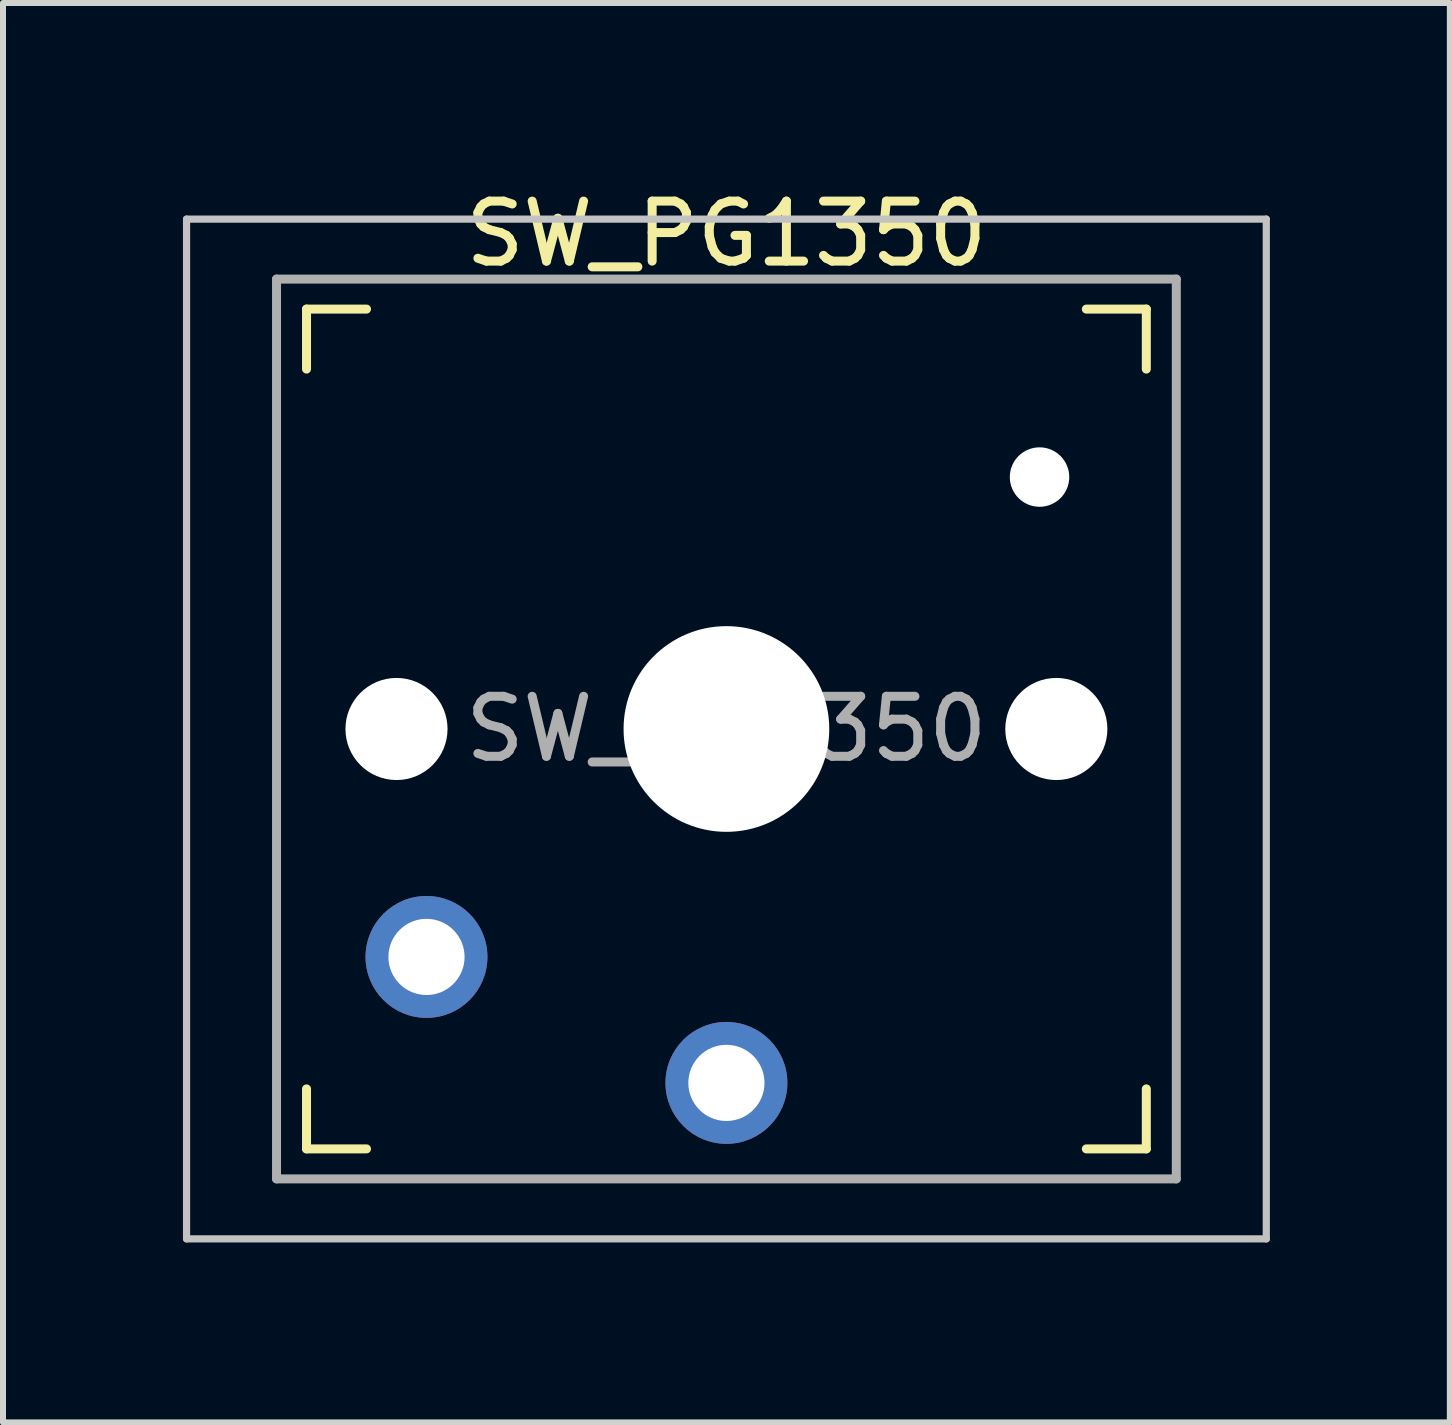
<source format=kicad_pcb>
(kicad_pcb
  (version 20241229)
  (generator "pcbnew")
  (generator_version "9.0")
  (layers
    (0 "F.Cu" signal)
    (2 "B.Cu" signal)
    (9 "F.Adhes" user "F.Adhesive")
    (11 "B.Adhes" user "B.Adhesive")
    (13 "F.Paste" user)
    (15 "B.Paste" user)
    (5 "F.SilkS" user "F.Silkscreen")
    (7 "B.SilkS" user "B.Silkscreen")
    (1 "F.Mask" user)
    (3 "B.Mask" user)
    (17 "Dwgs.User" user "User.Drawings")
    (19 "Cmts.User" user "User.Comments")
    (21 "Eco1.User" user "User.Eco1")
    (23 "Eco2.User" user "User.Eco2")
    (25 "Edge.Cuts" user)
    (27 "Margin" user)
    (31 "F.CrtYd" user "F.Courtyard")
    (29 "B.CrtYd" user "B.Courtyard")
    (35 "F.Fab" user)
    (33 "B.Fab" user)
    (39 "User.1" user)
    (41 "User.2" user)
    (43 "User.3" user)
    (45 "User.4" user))
  (footprint "SW_PG1350"
    (layer "F.Cu")
    (at 9.06 9.103)
    (property "Reference" "SW_PG1350" (at 0 -8.255 0) (layer "F.SilkS") (effects (font (size 1 1) (thickness 0.15))))
    (attr through_hole)
    (fp_line (start -7 -6) (end -7 -7) (stroke (width 0.15) (type solid)) (layer "F.SilkS"))
    (fp_line (start -7 7) (end -7 6) (stroke (width 0.15) (type solid)) (layer "F.SilkS"))
    (fp_line (start -7 7) (end -6 7) (stroke (width 0.15) (type solid)) (layer "F.SilkS"))
    (fp_line (start -6 -7) (end -7 -7) (stroke (width 0.15) (type solid)) (layer "F.SilkS"))
    (fp_line (start 6 7) (end 7 7) (stroke (width 0.15) (type solid)) (layer "F.SilkS"))
    (fp_line (start 7 -7) (end 6 -7) (stroke (width 0.15) (type solid)) (layer "F.SilkS"))
    (fp_line (start 7 -7) (end 7 -6) (stroke (width 0.15) (type solid)) (layer "F.SilkS"))
    (fp_line (start 7 6) (end 7 7) (stroke (width 0.15) (type solid)) (layer "F.SilkS"))
    (fp_line (start -9 -8.5) (end 9 -8.5) (stroke (width 0.12) (type solid)) (layer "Dwgs.User"))
    (fp_line (start -9 8.5) (end -9 -8.5) (stroke (width 0.12) (type solid)) (layer "Dwgs.User"))
    (fp_line (start -9 8.5) (end 9 8.5) (stroke (width 0.12) (type solid)) (layer "Dwgs.User"))
    (fp_line (start 9 8.5) (end 9 -8.5) (stroke (width 0.12) (type solid)) (layer "Dwgs.User"))
    (fp_line (start -6.9 6.9) (end -6.9 -6.9) (stroke (width 0.15) (type solid)) (layer "Eco2.User"))
    (fp_line (start -6.9 6.9) (end 6.9 6.9) (stroke (width 0.15) (type solid)) (layer "Eco2.User"))
    (fp_line (start -2.6 -3.1) (end -2.6 -6.3) (stroke (width 0.15) (type solid)) (layer "Eco2.User"))
    (fp_line (start -2.6 -3.1) (end 2.6 -3.1) (stroke (width 0.15) (type solid)) (layer "Eco2.User"))
    (fp_line (start 2.6 -6.3) (end -2.6 -6.3) (stroke (width 0.15) (type solid)) (layer "Eco2.User"))
    (fp_line (start 2.6 -3.1) (end 2.6 -6.3) (stroke (width 0.15) (type solid)) (layer "Eco2.User"))
    (fp_line (start 6.9 -6.9) (end -6.9 -6.9) (stroke (width 0.15) (type solid)) (layer "Eco2.User"))
    (fp_line (start 6.9 -6.9) (end 6.9 6.9) (stroke (width 0.15) (type solid)) (layer "Eco2.User"))
    (fp_line (start -7.5 -7.5) (end 7.5 -7.5) (stroke (width 0.15) (type solid)) (layer "F.Fab"))
    (fp_line (start -7.5 7.5) (end -7.5 -7.5) (stroke (width 0.15) (type solid)) (layer "F.Fab"))
    (fp_line (start 7.5 -7.5) (end 7.5 7.5) (stroke (width 0.15) (type solid)) (layer "F.Fab"))
    (fp_line (start 7.5 7.5) (end -7.5 7.5) (stroke (width 0.15) (type solid)) (layer "F.Fab"))
    (fp_text user "${REFERENCE}" (at 0 0 0) (layer "F.Fab") (effects (font (size 1 1) (thickness 0.15))))
    (pad "" np_thru_hole circle (at -5.5 0) (size 1.702 1.702) (drill 1.702) (layers "*.Cu" "*.Mask"))
    (pad "" np_thru_hole circle (at 0 0) (size 3.429 3.429) (drill 3.429) (layers "*.Cu" "*.Mask"))
    (pad "" np_thru_hole circle (at 5.22 -4.2) (size 0.991 0.991) (drill 0.991) (layers "*.Cu" "*.Mask"))
    (pad "" np_thru_hole circle (at 5.5 0) (size 1.702 1.702) (drill 1.702) (layers "*.Cu" "*.Mask"))
    (pad "1" thru_hole circle (at 0 5.9) (size 2.032 2.032) (drill 1.27) (layers "*.Cu" "*.Mask"))
    (pad "2" thru_hole circle (at -5 3.8) (size 2.032 2.032) (drill 1.27) (layers "*.Cu" "*.Mask")))
  (gr_rect
    (start -3 -3)
    (end 21.12 20.663)
    (stroke (width 0.1) (type default))
    (fill no)
    (layer "Edge.Cuts")))
</source>
